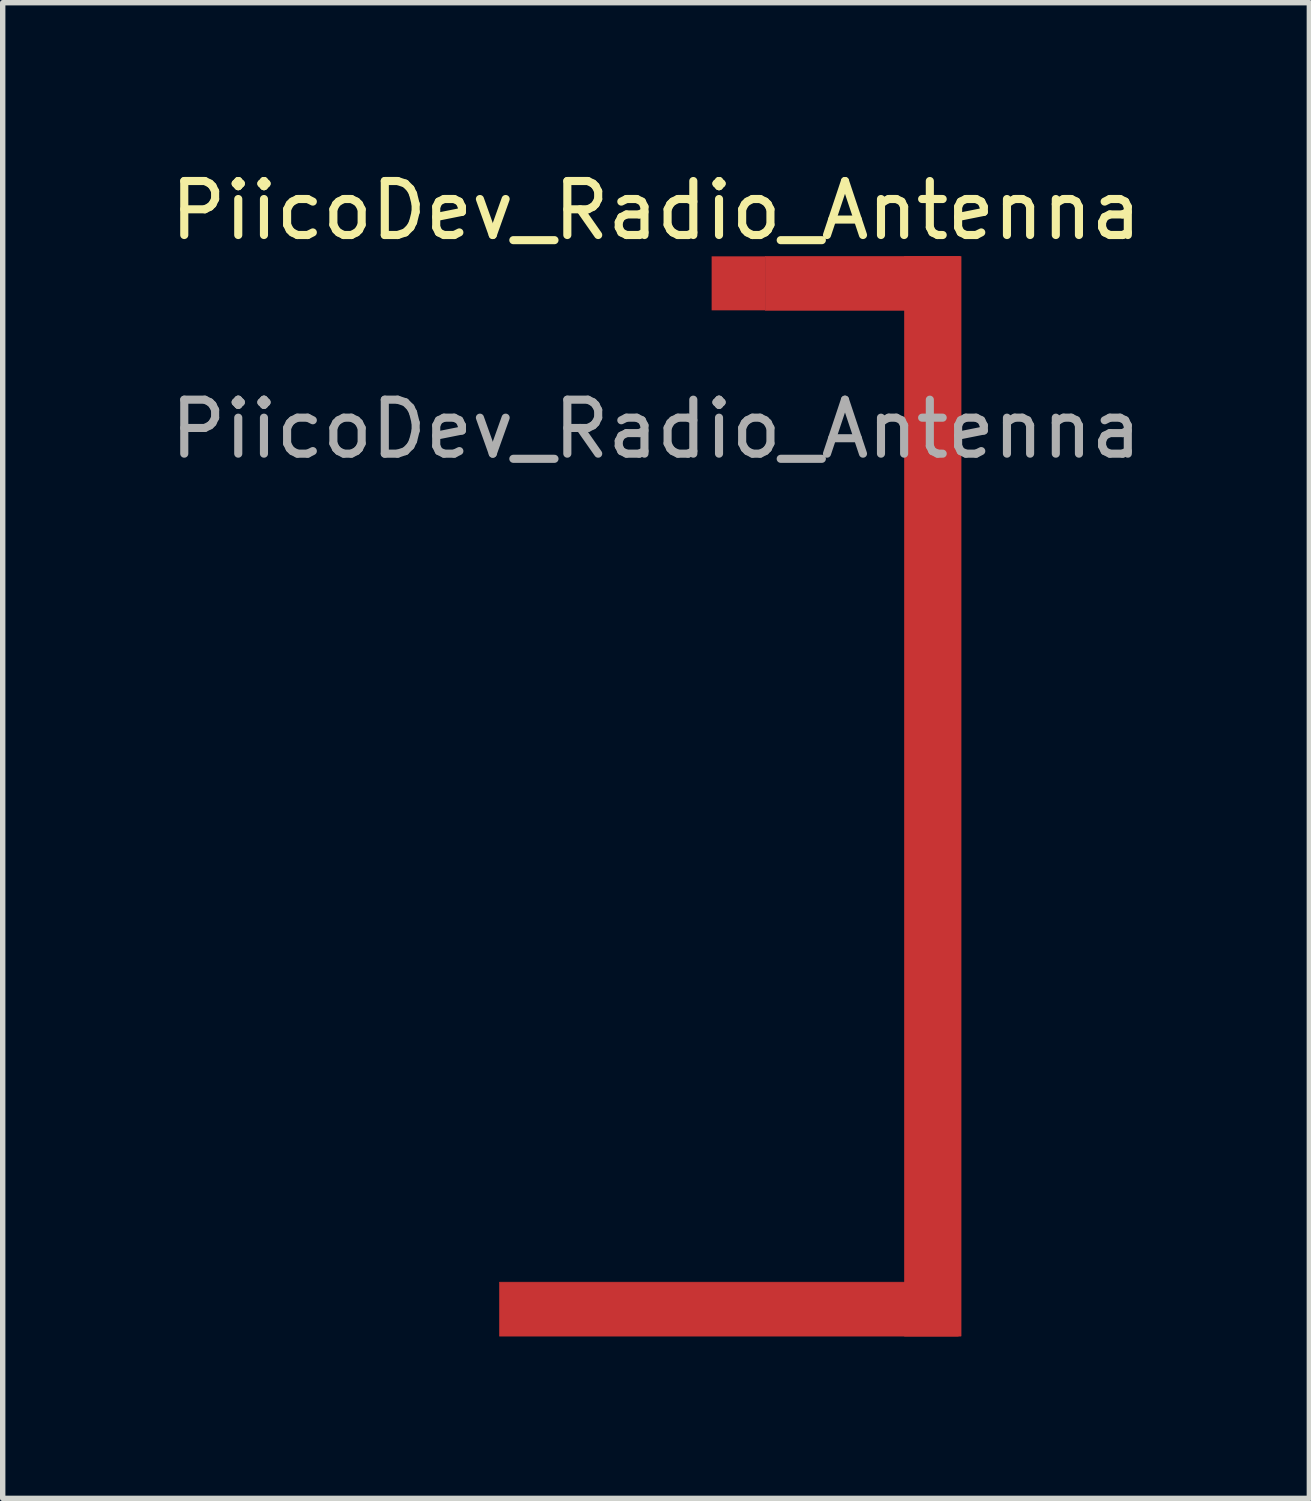
<source format=kicad_pcb>
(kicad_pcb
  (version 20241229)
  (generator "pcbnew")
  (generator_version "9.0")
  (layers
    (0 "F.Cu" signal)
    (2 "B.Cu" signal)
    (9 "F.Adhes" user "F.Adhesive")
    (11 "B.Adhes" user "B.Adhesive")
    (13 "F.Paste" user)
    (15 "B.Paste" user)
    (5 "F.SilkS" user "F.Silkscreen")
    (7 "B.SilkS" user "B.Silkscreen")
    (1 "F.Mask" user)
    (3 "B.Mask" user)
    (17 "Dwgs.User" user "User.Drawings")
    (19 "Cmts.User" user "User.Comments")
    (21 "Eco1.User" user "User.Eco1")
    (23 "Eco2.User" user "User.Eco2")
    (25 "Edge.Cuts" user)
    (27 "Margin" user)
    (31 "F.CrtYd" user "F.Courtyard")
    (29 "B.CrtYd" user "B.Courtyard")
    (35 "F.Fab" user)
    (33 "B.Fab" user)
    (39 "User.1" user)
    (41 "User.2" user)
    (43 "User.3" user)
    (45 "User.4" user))
  (footprint "PiicoDev_Radio_Antenna"
    (layer "F.Cu")
    (at 9.101 2.198)
    (property "Reference" "PiicoDev_Radio_Antenna" (at 0 -1.35 0) (unlocked yes) (layer "F.SilkS") (effects (font (size 1 1) (thickness 0.15))))
    (attr exclude_from_pos_files exclude_from_bom)
    (fp_rect (start -2.9 18.5) (end 5.6 19.5) (stroke (width 0.01) (type solid)) (fill yes) (layer "F.Cu"))
    (fp_rect (start 2.025 -0.5) (end 5.625 0.5) (stroke (width 0.01) (type solid)) (fill yes) (layer "F.Cu"))
    (fp_rect (start 4.6 19.5) (end 5.65 -0.5) (stroke (width 0.01) (type solid)) (fill yes) (layer "F.Cu"))
    (fp_text user "${REFERENCE}" (at 0 2.7 0) (unlocked yes) (layer "F.Fab") (effects (font (size 1 1) (thickness 0.15))))
    (pad "1" smd rect (at 1.53 0) (size 1 1) (layers "F.Cu"))
    (zone (net_name "") (layers "F.Cu" "B.Cu") (hatch edge 0.508) (connect_pads) (min_thickness 0.254) (filled_areas_thickness no) (keepout (tracks not_allowed) (vias not_allowed) (pads not_allowed) (copperpour not_allowed) (footprints not_allowed)) (placement (enabled no)) (fill) (polygon (pts (xy 13.676 2.748) (xy 13.676 20.648) (xy 4.726 20.648) (xy 4.726 2.748)))))
  (gr_rect
    (start -3 -3)
    (end 21.202 24.703)
    (stroke (width 0.1) (type default))
    (fill no)
    (layer "Edge.Cuts")))
</source>
